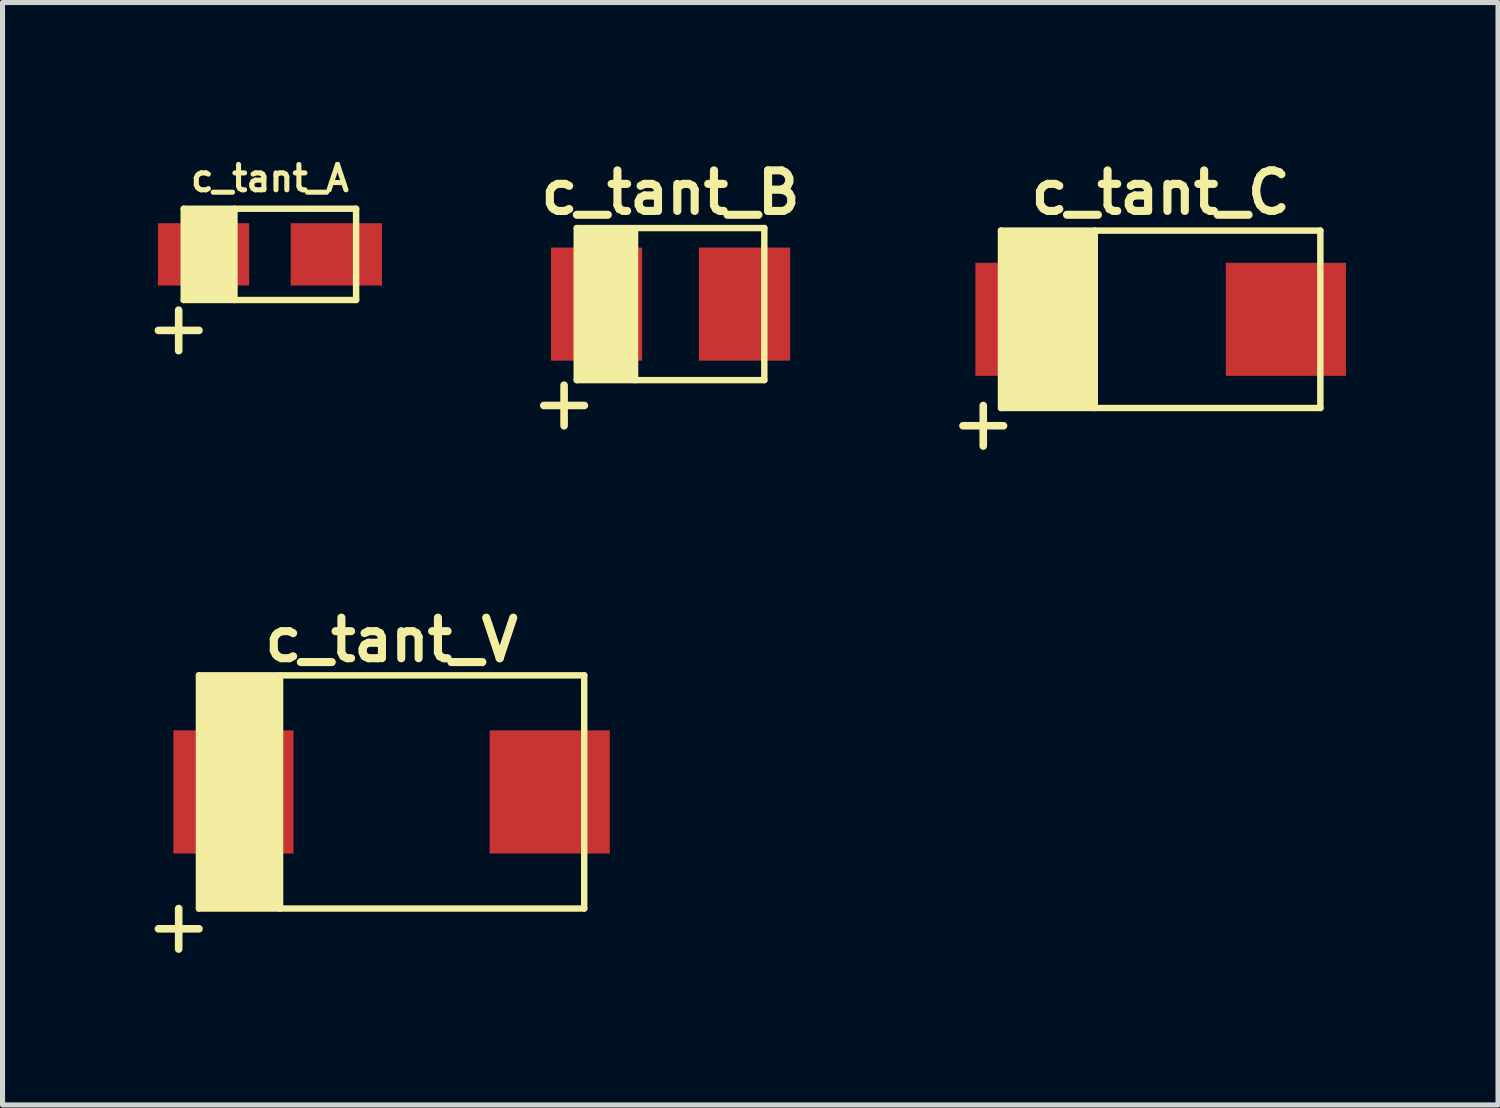
<source format=kicad_pcb>
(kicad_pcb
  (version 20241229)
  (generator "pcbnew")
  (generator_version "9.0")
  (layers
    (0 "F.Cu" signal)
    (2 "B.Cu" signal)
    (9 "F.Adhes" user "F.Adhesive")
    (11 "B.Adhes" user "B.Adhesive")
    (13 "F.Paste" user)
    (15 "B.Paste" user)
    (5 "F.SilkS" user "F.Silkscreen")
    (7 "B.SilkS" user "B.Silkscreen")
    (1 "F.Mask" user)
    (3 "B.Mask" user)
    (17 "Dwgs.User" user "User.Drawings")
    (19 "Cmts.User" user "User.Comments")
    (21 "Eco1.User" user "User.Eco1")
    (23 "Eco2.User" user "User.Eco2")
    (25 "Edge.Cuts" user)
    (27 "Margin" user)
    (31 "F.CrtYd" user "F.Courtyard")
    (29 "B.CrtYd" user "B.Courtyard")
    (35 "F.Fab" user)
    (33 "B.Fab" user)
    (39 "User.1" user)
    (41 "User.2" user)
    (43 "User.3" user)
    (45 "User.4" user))
  (footprint "c_tant_C"
    (layer "F.Cu")
    (at 19.847 3.249)
    (property "Reference" "c_tant_C" (at 0 -2.5 0) (layer "F.SilkS") (effects (font (size 0.8 0.8) (thickness 0.16))))
    (attr through_hole)
    (fp_line (start -3.9 2.1) (end -3.1 2.1) (stroke (width 0.15) (type solid)) (layer "F.SilkS"))
    (fp_line (start -3.5 1.7) (end -3.5 2.5) (stroke (width 0.15) (type solid)) (layer "F.SilkS"))
    (fp_line (start -3.15 -1.75) (end -3.15 1.75) (stroke (width 0.127) (type solid)) (layer "F.SilkS"))
    (fp_line (start -3.15 1.75) (end 3.15 1.75) (stroke (width 0.127) (type solid)) (layer "F.SilkS"))
    (fp_line (start -1.3 -1.75) (end -1.3 1.75) (stroke (width 0.127) (type solid)) (layer "F.SilkS"))
    (fp_line (start 3.15 -1.75) (end -3.15 -1.75) (stroke (width 0.127) (type solid)) (layer "F.SilkS"))
    (fp_line (start 3.15 1.75) (end 3.15 -1.75) (stroke (width 0.127) (type solid)) (layer "F.SilkS"))
    (fp_poly (pts (xy -1.3 1.7) (xy -3.1 1.7) (xy -3.1 -1.7) (xy -1.3 -1.7)) (stroke (width 0.01) (type solid)) (fill yes) (layer "F.SilkS"))
    (pad "1" smd rect (at -2.47 0) (size 2.37 2.23) (layers "F.Cu" "F.Mask" "F.Paste"))
    (pad "2" smd rect (at 2.47 0) (size 2.37 2.23) (layers "F.Cu" "F.Mask" "F.Paste")))
  (footprint "c_tant_V"
    (layer "F.Cu")
    (at 4.675 12.573)
    (property "Reference" "c_tant_V" (at 0 -3 0) (layer "F.SilkS") (effects (font (size 0.8 0.8) (thickness 0.16))))
    (attr through_hole)
    (fp_line (start -4.6 2.7) (end -3.8 2.7) (stroke (width 0.15) (type solid)) (layer "F.SilkS"))
    (fp_line (start -4.2 2.3) (end -4.2 3.1) (stroke (width 0.15) (type solid)) (layer "F.SilkS"))
    (fp_line (start -3.8 -2.3) (end -3.8 2.3) (stroke (width 0.127) (type solid)) (layer "F.SilkS"))
    (fp_line (start -3.8 2.3) (end 3.8 2.3) (stroke (width 0.127) (type solid)) (layer "F.SilkS"))
    (fp_line (start -2.2 -2.3) (end -2.2 2.3) (stroke (width 0.127) (type solid)) (layer "F.SilkS"))
    (fp_line (start 3.8 -2.3) (end -3.8 -2.3) (stroke (width 0.127) (type solid)) (layer "F.SilkS"))
    (fp_line (start 3.8 2.3) (end 3.8 -2.3) (stroke (width 0.127) (type solid)) (layer "F.SilkS"))
    (fp_poly (pts (xy -3.8 -2.3) (xy -2.2 -2.3) (xy -2.2 2.3) (xy -3.8 2.3)) (stroke (width 0.01) (type solid)) (fill yes) (layer "F.SilkS"))
    (pad "1" smd rect (at -3.12 0) (size 2.37 2.43) (layers "F.Cu" "F.Mask" "F.Paste"))
    (pad "2" smd rect (at 3.12 0) (size 2.37 2.43) (layers "F.Cu" "F.Mask" "F.Paste")))
  (footprint "c_tant_A"
    (layer "F.Cu")
    (at 2.275 1.968)
    (property "Reference" "c_tant_A" (at 0 -1.5 0) (layer "F.SilkS") (effects (font (size 0.5 0.5) (thickness 0.1))))
    (attr through_hole)
    (fp_line (start -2.2 1.5) (end -1.4 1.5) (stroke (width 0.15) (type solid)) (layer "F.SilkS"))
    (fp_line (start -1.8 1.1) (end -1.8 1.9) (stroke (width 0.15) (type solid)) (layer "F.SilkS"))
    (fp_line (start -1.7 -0.9) (end -1.7 0.9) (stroke (width 0.127) (type solid)) (layer "F.SilkS"))
    (fp_line (start -1.7 0.9) (end 1.7 0.9) (stroke (width 0.127) (type solid)) (layer "F.SilkS"))
    (fp_line (start -0.7 0.9) (end -0.7 -0.9) (stroke (width 0.127) (type solid)) (layer "F.SilkS"))
    (fp_line (start 1.7 -0.9) (end -1.7 -0.9) (stroke (width 0.127) (type solid)) (layer "F.SilkS"))
    (fp_line (start 1.7 0.9) (end 1.7 -0.9) (stroke (width 0.127) (type solid)) (layer "F.SilkS"))
    (fp_poly (pts (xy -1.7 -0.9) (xy -0.7 -0.9) (xy -0.7 0.9) (xy -1.7 0.9)) (stroke (width 0.01) (type solid)) (fill yes) (layer "F.SilkS"))
    (pad "1" smd rect (at -1.31 0) (size 1.8 1.23) (layers "F.Cu" "F.Mask" "F.Paste"))
    (pad "2" smd rect (at 1.31 0) (size 1.8 1.23) (layers "F.Cu" "F.Mask" "F.Paste")))
  (footprint "c_tant_B"
    (layer "F.Cu")
    (at 10.178 2.949)
    (property "Reference" "c_tant_B" (at 0 -2.2 0) (layer "F.SilkS") (effects (font (size 0.8 0.8) (thickness 0.16))))
    (attr through_hole)
    (fp_line (start -2.5 2) (end -1.7 2) (stroke (width 0.15) (type solid)) (layer "F.SilkS"))
    (fp_line (start -2.1 1.6) (end -2.1 2.4) (stroke (width 0.15) (type solid)) (layer "F.SilkS"))
    (fp_line (start -1.85 -1.5) (end -1.85 1.5) (stroke (width 0.127) (type solid)) (layer "F.SilkS"))
    (fp_line (start -1.85 1.5) (end 1.85 1.5) (stroke (width 0.127) (type solid)) (layer "F.SilkS"))
    (fp_line (start -0.7 -1.5) (end -0.7 1.5) (stroke (width 0.127) (type solid)) (layer "F.SilkS"))
    (fp_line (start 1.85 -1.5) (end -1.85 -1.5) (stroke (width 0.127) (type solid)) (layer "F.SilkS"))
    (fp_line (start 1.85 1.5) (end 1.85 -1.5) (stroke (width 0.127) (type solid)) (layer "F.SilkS"))
    (fp_poly (pts (xy -1.8 -1.5) (xy -0.7 -1.5) (xy -0.7 1.5) (xy -1.8 1.5)) (stroke (width 0.01) (type solid)) (fill yes) (layer "F.SilkS"))
    (pad "1" smd rect (at -1.46 0) (size 1.8 2.23) (layers "F.Cu" "F.Mask" "F.Paste"))
    (pad "2" smd rect (at 1.46 0) (size 1.8 2.23) (layers "F.Cu" "F.Mask" "F.Paste")))
  (gr_rect
    (start -3 -3)
    (end 26.502 18.748)
    (stroke (width 0.1) (type default))
    (fill no)
    (layer "Edge.Cuts")))
</source>
